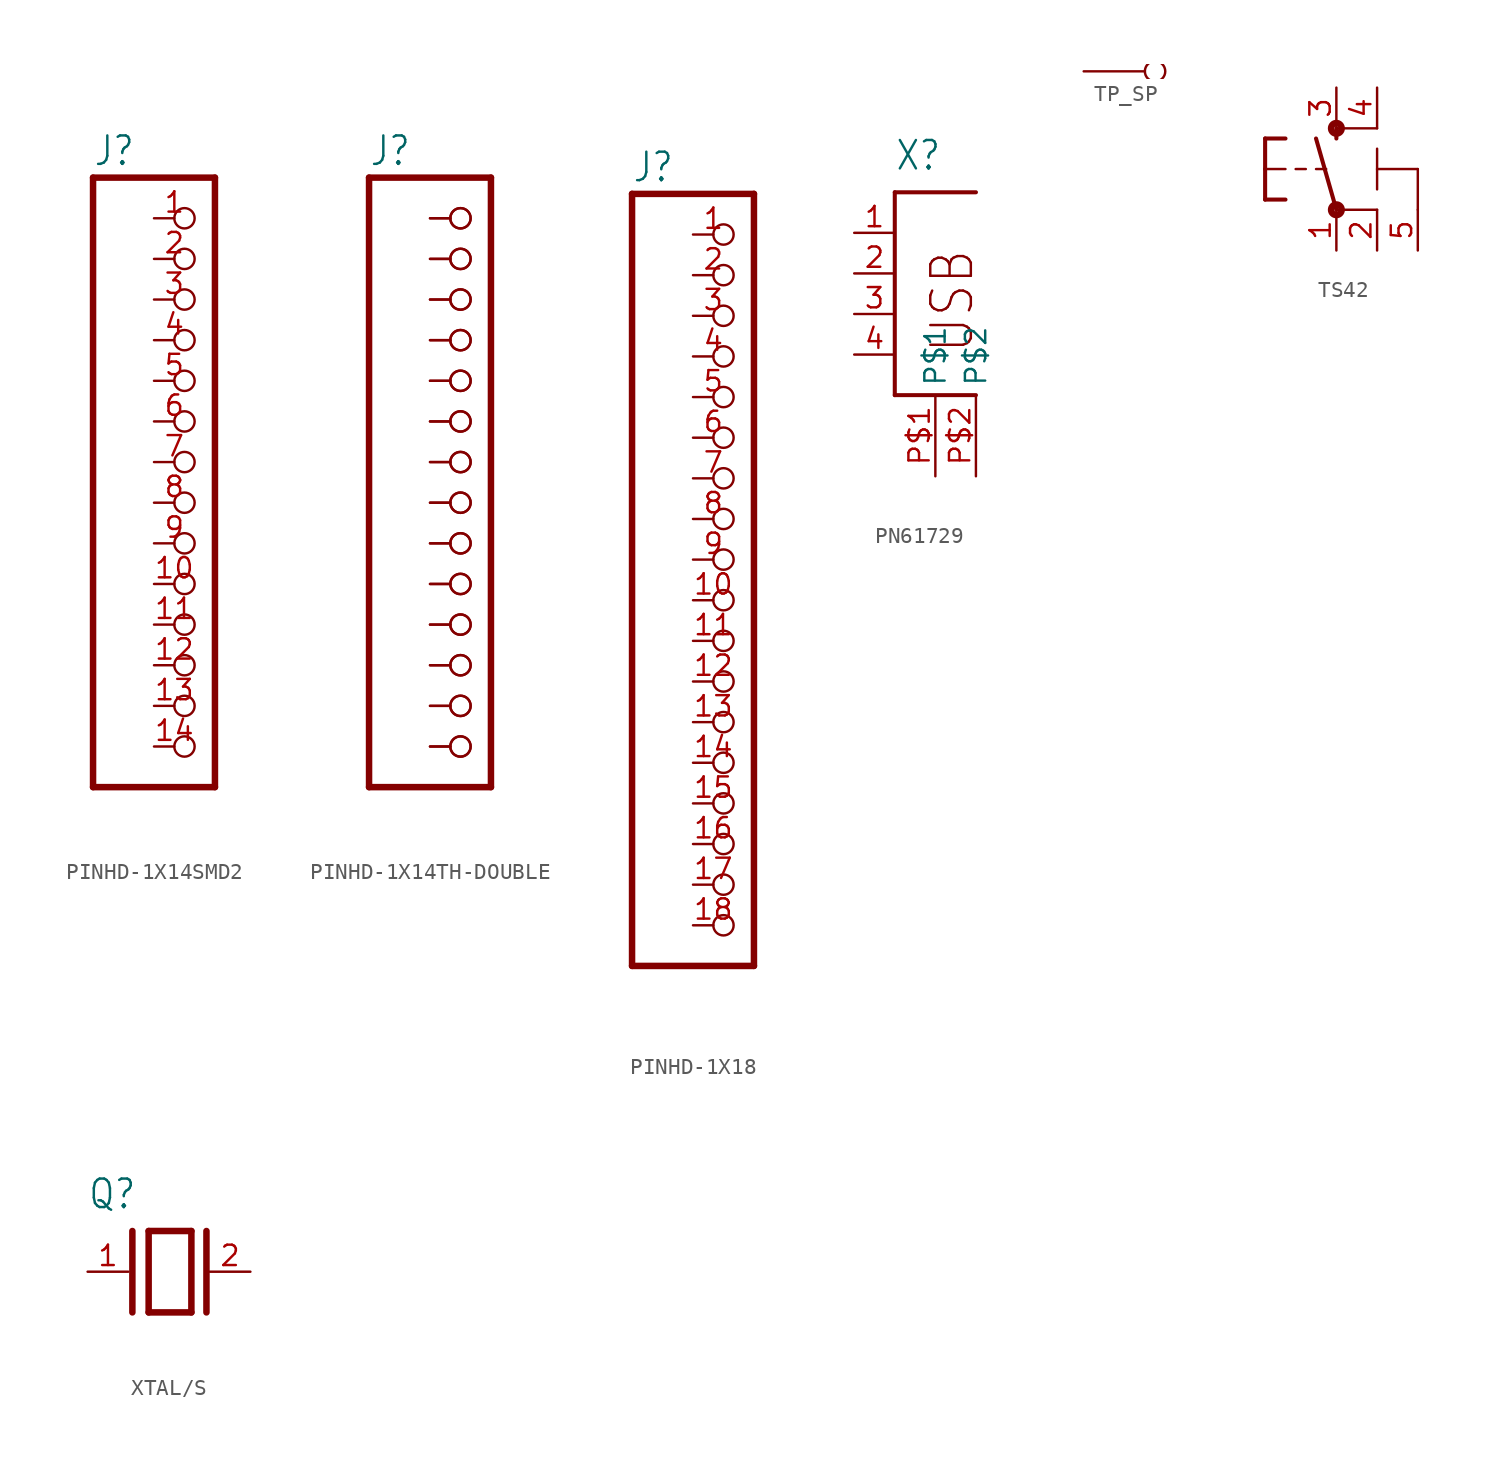
<source format=kicad_sym>
(kicad_symbol_lib
  (version 20220914)
  (generator kicad_symbol_editor)
  (symbol "PINHD-1X14SMD2"
    (property "Reference" "J"
      (at -6.35 18.415 0)
      (effects (font (size 1.778 1.511)) (justify left bottom)))
    (property "ki_locked" ""
      (at 0 0 0)
      (effects (font (size 1.27 1.27))))
    (symbol "PINHD-1X14SMD2_1_0"
      (polyline (pts (xy -6.35 -20.32) (xy 1.27 -20.32)) (stroke (width 0.406) (type solid)) (fill (type none)))
      (polyline (pts (xy -6.35 17.78) (xy -6.35 -20.32)) (stroke (width 0.406) (type solid)) (fill (type none)))
      (polyline (pts (xy 1.27 -20.32) (xy 1.27 17.78)) (stroke (width 0.406) (type solid)) (fill (type none)))
      (polyline (pts (xy 1.27 17.78) (xy -6.35 17.78)) (stroke (width 0.406) (type solid)) (fill (type none)))
      (pin passive inverted (at -2.54 15.24 0) (length 2.54) (name "1" (effects (font (size 0 0)))) (number "1" (effects (font (size 1.27 1.27)))))
      (pin passive inverted (at -2.54 -7.62 0) (length 2.54) (name "10" (effects (font (size 0 0)))) (number "10" (effects (font (size 1.27 1.27)))))
      (pin passive inverted (at -2.54 -10.16 0) (length 2.54) (name "11" (effects (font (size 0 0)))) (number "11" (effects (font (size 1.27 1.27)))))
      (pin passive inverted (at -2.54 -12.7 0) (length 2.54) (name "12" (effects (font (size 0 0)))) (number "12" (effects (font (size 1.27 1.27)))))
      (pin passive inverted (at -2.54 -15.24 0) (length 2.54) (name "13" (effects (font (size 0 0)))) (number "13" (effects (font (size 1.27 1.27)))))
      (pin passive inverted (at -2.54 -17.78 0) (length 2.54) (name "14" (effects (font (size 0 0)))) (number "14" (effects (font (size 1.27 1.27)))))
      (pin passive inverted (at -2.54 12.7 0) (length 2.54) (name "2" (effects (font (size 0 0)))) (number "2" (effects (font (size 1.27 1.27)))))
      (pin passive inverted (at -2.54 10.16 0) (length 2.54) (name "3" (effects (font (size 0 0)))) (number "3" (effects (font (size 1.27 1.27)))))
      (pin passive inverted (at -2.54 7.62 0) (length 2.54) (name "4" (effects (font (size 0 0)))) (number "4" (effects (font (size 1.27 1.27)))))
      (pin passive inverted (at -2.54 5.08 0) (length 2.54) (name "5" (effects (font (size 0 0)))) (number "5" (effects (font (size 1.27 1.27)))))
      (pin passive inverted (at -2.54 2.54 0) (length 2.54) (name "6" (effects (font (size 0 0)))) (number "6" (effects (font (size 1.27 1.27)))))
      (pin passive inverted (at -2.54 0 0) (length 2.54) (name "7" (effects (font (size 0 0)))) (number "7" (effects (font (size 1.27 1.27)))))
      (pin passive inverted (at -2.54 -2.54 0) (length 2.54) (name "8" (effects (font (size 0 0)))) (number "8" (effects (font (size 1.27 1.27)))))
      (pin passive inverted (at -2.54 -5.08 0) (length 2.54) (name "9" (effects (font (size 0 0)))) (number "9" (effects (font (size 1.27 1.27)))))))
  (symbol "PINHD-1X14TH-DOUBLE"
    (property "Reference" "J"
      (at -6.35 18.415 0)
      (effects (font (size 1.778 1.511)) (justify left bottom)))
    (property "ki_locked" ""
      (at 0 0 0)
      (effects (font (size 1.27 1.27))))
    (symbol "PINHD-1X14TH-DOUBLE_1_0"
      (polyline (pts (xy -6.35 -20.32) (xy 1.27 -20.32)) (stroke (width 0.406) (type solid)) (fill (type none)))
      (polyline (pts (xy -6.35 17.78) (xy -6.35 -20.32)) (stroke (width 0.406) (type solid)) (fill (type none)))
      (polyline (pts (xy 1.27 -20.32) (xy 1.27 17.78)) (stroke (width 0.406) (type solid)) (fill (type none)))
      (polyline (pts (xy 1.27 17.78) (xy -6.35 17.78)) (stroke (width 0.406) (type solid)) (fill (type none)))
      (pin passive inverted (at -2.54 15.24 0) (length 2.54) (name "1" (effects (font (size 0 0)))) (number "1" (effects (font (size 0 0)))))
      (pin passive inverted (at -2.54 -7.62 0) (length 2.54) (name "10" (effects (font (size 0 0)))) (number "10" (effects (font (size 0 0)))))
      (pin passive inverted (at -2.54 -10.16 0) (length 2.54) (name "11" (effects (font (size 0 0)))) (number "11" (effects (font (size 0 0)))))
      (pin passive inverted (at -2.54 -12.7 0) (length 2.54) (name "12" (effects (font (size 0 0)))) (number "12" (effects (font (size 0 0)))))
      (pin passive inverted (at -2.54 -15.24 0) (length 2.54) (name "13" (effects (font (size 0 0)))) (number "13" (effects (font (size 0 0)))))
      (pin passive inverted (at -2.54 -17.78 0) (length 2.54) (name "14" (effects (font (size 0 0)))) (number "14" (effects (font (size 0 0)))))
      (pin passive inverted (at -2.54 15.24 0) (length 2.54) (name "1" (effects (font (size 0 0)))) (number "15" (effects (font (size 0 0)))))
      (pin passive inverted (at -2.54 12.7 0) (length 2.54) (name "2" (effects (font (size 0 0)))) (number "16" (effects (font (size 0 0)))))
      (pin passive inverted (at -2.54 10.16 0) (length 2.54) (name "3" (effects (font (size 0 0)))) (number "17" (effects (font (size 0 0)))))
      (pin passive inverted (at -2.54 7.62 0) (length 2.54) (name "4" (effects (font (size 0 0)))) (number "18" (effects (font (size 0 0)))))
      (pin passive inverted (at -2.54 5.08 0) (length 2.54) (name "5" (effects (font (size 0 0)))) (number "19" (effects (font (size 0 0)))))
      (pin passive inverted (at -2.54 12.7 0) (length 2.54) (name "2" (effects (font (size 0 0)))) (number "2" (effects (font (size 0 0)))))
      (pin passive inverted (at -2.54 2.54 0) (length 2.54) (name "6" (effects (font (size 0 0)))) (number "20" (effects (font (size 0 0)))))
      (pin passive inverted (at -2.54 0 0) (length 2.54) (name "7" (effects (font (size 0 0)))) (number "21" (effects (font (size 0 0)))))
      (pin passive inverted (at -2.54 -2.54 0) (length 2.54) (name "8" (effects (font (size 0 0)))) (number "22" (effects (font (size 0 0)))))
      (pin passive inverted (at -2.54 -5.08 0) (length 2.54) (name "9" (effects (font (size 0 0)))) (number "23" (effects (font (size 0 0)))))
      (pin passive inverted (at -2.54 -7.62 0) (length 2.54) (name "10" (effects (font (size 0 0)))) (number "24" (effects (font (size 0 0)))))
      (pin passive inverted (at -2.54 -10.16 0) (length 2.54) (name "11" (effects (font (size 0 0)))) (number "25" (effects (font (size 0 0)))))
      (pin passive inverted (at -2.54 -12.7 0) (length 2.54) (name "12" (effects (font (size 0 0)))) (number "26" (effects (font (size 0 0)))))
      (pin passive inverted (at -2.54 -15.24 0) (length 2.54) (name "13" (effects (font (size 0 0)))) (number "27" (effects (font (size 0 0)))))
      (pin passive inverted (at -2.54 -17.78 0) (length 2.54) (name "14" (effects (font (size 0 0)))) (number "28" (effects (font (size 0 0)))))
      (pin passive inverted (at -2.54 10.16 0) (length 2.54) (name "3" (effects (font (size 0 0)))) (number "3" (effects (font (size 0 0)))))
      (pin passive inverted (at -2.54 7.62 0) (length 2.54) (name "4" (effects (font (size 0 0)))) (number "4" (effects (font (size 0 0)))))
      (pin passive inverted (at -2.54 5.08 0) (length 2.54) (name "5" (effects (font (size 0 0)))) (number "5" (effects (font (size 0 0)))))
      (pin passive inverted (at -2.54 2.54 0) (length 2.54) (name "6" (effects (font (size 0 0)))) (number "6" (effects (font (size 0 0)))))
      (pin passive inverted (at -2.54 0 0) (length 2.54) (name "7" (effects (font (size 0 0)))) (number "7" (effects (font (size 0 0)))))
      (pin passive inverted (at -2.54 -2.54 0) (length 2.54) (name "8" (effects (font (size 0 0)))) (number "8" (effects (font (size 0 0)))))
      (pin passive inverted (at -2.54 -5.08 0) (length 2.54) (name "9" (effects (font (size 0 0)))) (number "9" (effects (font (size 0 0)))))))
  (symbol "PINHD-1X18"
    (property "Reference" "J"
      (at -6.35 18.415 0)
      (effects (font (size 1.778 1.511)) (justify left bottom)))
    (property "ki_locked" ""
      (at 0 0 0)
      (effects (font (size 1.27 1.27))))
    (symbol "PINHD-1X18_1_0"
      (polyline (pts (xy -6.35 -30.48) (xy 1.27 -30.48)) (stroke (width 0.406) (type solid)) (fill (type none)))
      (polyline (pts (xy -6.35 17.78) (xy -6.35 -30.48)) (stroke (width 0.406) (type solid)) (fill (type none)))
      (polyline (pts (xy 1.27 -30.48) (xy 1.27 17.78)) (stroke (width 0.406) (type solid)) (fill (type none)))
      (polyline (pts (xy 1.27 17.78) (xy -6.35 17.78)) (stroke (width 0.406) (type solid)) (fill (type none)))
      (pin passive inverted (at -2.54 15.24 0) (length 2.54) (name "1" (effects (font (size 0 0)))) (number "1" (effects (font (size 1.27 1.27)))))
      (pin passive inverted (at -2.54 -7.62 0) (length 2.54) (name "10" (effects (font (size 0 0)))) (number "10" (effects (font (size 1.27 1.27)))))
      (pin passive inverted (at -2.54 -10.16 0) (length 2.54) (name "11" (effects (font (size 0 0)))) (number "11" (effects (font (size 1.27 1.27)))))
      (pin passive inverted (at -2.54 -12.7 0) (length 2.54) (name "12" (effects (font (size 0 0)))) (number "12" (effects (font (size 1.27 1.27)))))
      (pin passive inverted (at -2.54 -15.24 0) (length 2.54) (name "13" (effects (font (size 0 0)))) (number "13" (effects (font (size 1.27 1.27)))))
      (pin passive inverted (at -2.54 -17.78 0) (length 2.54) (name "14" (effects (font (size 0 0)))) (number "14" (effects (font (size 1.27 1.27)))))
      (pin passive inverted (at -2.54 -20.32 0) (length 2.54) (name "15" (effects (font (size 0 0)))) (number "15" (effects (font (size 1.27 1.27)))))
      (pin passive inverted (at -2.54 -22.86 0) (length 2.54) (name "16" (effects (font (size 0 0)))) (number "16" (effects (font (size 1.27 1.27)))))
      (pin passive inverted (at -2.54 -25.4 0) (length 2.54) (name "17" (effects (font (size 0 0)))) (number "17" (effects (font (size 1.27 1.27)))))
      (pin passive inverted (at -2.54 -27.94 0) (length 2.54) (name "18" (effects (font (size 0 0)))) (number "18" (effects (font (size 1.27 1.27)))))
      (pin passive inverted (at -2.54 12.7 0) (length 2.54) (name "2" (effects (font (size 0 0)))) (number "2" (effects (font (size 1.27 1.27)))))
      (pin passive inverted (at -2.54 10.16 0) (length 2.54) (name "3" (effects (font (size 0 0)))) (number "3" (effects (font (size 1.27 1.27)))))
      (pin passive inverted (at -2.54 7.62 0) (length 2.54) (name "4" (effects (font (size 0 0)))) (number "4" (effects (font (size 1.27 1.27)))))
      (pin passive inverted (at -2.54 5.08 0) (length 2.54) (name "5" (effects (font (size 0 0)))) (number "5" (effects (font (size 1.27 1.27)))))
      (pin passive inverted (at -2.54 2.54 0) (length 2.54) (name "6" (effects (font (size 0 0)))) (number "6" (effects (font (size 1.27 1.27)))))
      (pin passive inverted (at -2.54 0 0) (length 2.54) (name "7" (effects (font (size 0 0)))) (number "7" (effects (font (size 1.27 1.27)))))
      (pin passive inverted (at -2.54 -2.54 0) (length 2.54) (name "8" (effects (font (size 0 0)))) (number "8" (effects (font (size 1.27 1.27)))))
      (pin passive inverted (at -2.54 -5.08 0) (length 2.54) (name "9" (effects (font (size 0 0)))) (number "9" (effects (font (size 1.27 1.27)))))))
  (symbol "PN61729"
    (property "Reference" "X"
      (at 0 8.89 0)
      (effects (font (size 1.778 1.511)) (justify left bottom)))
    (property "Value" ""
      (at 0 12.7 0)
      (effects (font (size 1.778 1.511)) (justify left bottom)))
    (property "ki_locked" ""
      (at 0 0 0)
      (effects (font (size 1.27 1.27))))
    (symbol "PN61729_1_0"
      (polyline (pts (xy 0 -5.08) (xy 5.08 -5.08)) (stroke (width 0.254) (type solid)) (fill (type none)))
      (polyline (pts (xy 0 7.62) (xy 0 -5.08)) (stroke (width 0.254) (type solid)) (fill (type none)))
      (polyline (pts (xy 0 7.62) (xy 5.08 7.62)) (stroke (width 0.254) (type solid)) (fill (type none)))
      (text "USB" (at 5.08 -2.54 900) (effects (font (size 2.54 2.159)) (justify left bottom)))
      (pin bidirectional line (at -2.54 5.08 0) (length 2.54) (name "1" (effects (font (size 0 0)))) (number "1" (effects (font (size 1.27 1.27)))))
      (pin bidirectional line (at -2.54 2.54 0) (length 2.54) (name "2" (effects (font (size 0 0)))) (number "2" (effects (font (size 1.27 1.27)))))
      (pin bidirectional line (at -2.54 0 0) (length 2.54) (name "3" (effects (font (size 0 0)))) (number "3" (effects (font (size 1.27 1.27)))))
      (pin bidirectional line (at -2.54 -2.54 0) (length 2.54) (name "4" (effects (font (size 0 0)))) (number "4" (effects (font (size 1.27 1.27)))))
      (pin bidirectional line (at 2.54 -10.16 90) (length 5.08) (name "P$1" (effects (font (size 1.27 1.27)))) (number "P$1" (effects (font (size 1.27 1.27)))))
      (pin bidirectional line (at 5.08 -10.16 90) (length 5.08) (name "P$2" (effects (font (size 1.27 1.27)))) (number "P$2" (effects (font (size 1.27 1.27)))))))
  (symbol "TP_SP"
    (property "Reference" ""
      (at 5.08 2.54 90)
      (effects (font (size 1.27 1.079)) (justify right top) hide))
    (property "ki_locked" ""
      (at 0 0 0)
      (effects (font (size 1.27 1.27))))
    (symbol "TP_SP_1_0"
      (pin passive inverted (at 0 0 0) (length 5.08) (name "TESTP" (effects (font (size 0 0)))) (number "X" (effects (font (size 0 0)))))))
  (symbol "TS42"
    (property "Reference" ""
      (at -6.35 -2.54 90)
      (effects (font (size 1.778 1.511)) (justify left bottom) hide))
    (property "Value" ""
      (at -3.81 3.175 90)
      (effects (font (size 1.778 1.511)) (justify left bottom)))
    (property "ki_locked" ""
      (at 0 0 0)
      (effects (font (size 1.27 1.27))))
    (symbol "TS42_1_0"
      (circle (center 0 -2.54) (radius 0.127) (stroke (width 0.406) (type solid)) (fill (type none)))
      (polyline (pts (xy -4.445 -1.905) (xy -3.175 -1.905)) (stroke (width 0.254) (type solid)) (fill (type none)))
      (polyline (pts (xy -4.445 0) (xy -4.445 -1.905)) (stroke (width 0.254) (type solid)) (fill (type none)))
      (polyline (pts (xy -4.445 0) (xy -3.175 0)) (stroke (width 0.152) (type solid)) (fill (type none)))
      (polyline (pts (xy -4.445 1.905) (xy -4.445 0)) (stroke (width 0.254) (type solid)) (fill (type none)))
      (polyline (pts (xy -4.445 1.905) (xy -3.175 1.905)) (stroke (width 0.254) (type solid)) (fill (type none)))
      (polyline (pts (xy -2.54 0) (xy -1.905 0)) (stroke (width 0.152) (type solid)) (fill (type none)))
      (polyline (pts (xy -1.27 0) (xy -0.635 0)) (stroke (width 0.152) (type solid)) (fill (type none)))
      (polyline (pts (xy 0 -2.54) (xy -1.27 1.905)) (stroke (width 0.254) (type solid)) (fill (type none)))
      (polyline (pts (xy 0 1.905) (xy 0 2.54)) (stroke (width 0.254) (type solid)) (fill (type none)))
      (polyline (pts (xy 2.54 -2.54) (xy 0 -2.54)) (stroke (width 0.152) (type solid)) (fill (type none)))
      (polyline (pts (xy 2.54 0) (xy 2.54 -1.27)) (stroke (width 0.152) (type solid)) (fill (type none)))
      (polyline (pts (xy 2.54 0) (xy 2.54 1.27)) (stroke (width 0.152) (type solid)) (fill (type none)))
      (polyline (pts (xy 2.54 2.54) (xy 0 2.54)) (stroke (width 0.152) (type solid)) (fill (type none)))
      (polyline (pts (xy 5.08 -2.54) (xy 5.08 0)) (stroke (width 0.152) (type solid)) (fill (type none)))
      (polyline (pts (xy 5.08 0) (xy 2.54 0)) (stroke (width 0.152) (type solid)) (fill (type none)))
      (circle (center 0 2.54) (radius 0.127) (stroke (width 0.406) (type solid)) (fill (type none)))
      (pin passive line (at 0 -5.08 90) (length 2.54) (name "1" (effects (font (size 0 0)))) (number "1" (effects (font (size 1.27 1.27)))))
      (pin passive line (at 2.54 -5.08 90) (length 2.54) (name "2" (effects (font (size 0 0)))) (number "2" (effects (font (size 1.27 1.27)))))
      (pin passive line (at 0 5.08 270) (length 2.54) (name "3" (effects (font (size 0 0)))) (number "3" (effects (font (size 1.27 1.27)))))
      (pin passive line (at 2.54 5.08 270) (length 2.54) (name "4" (effects (font (size 0 0)))) (number "4" (effects (font (size 1.27 1.27)))))
      (pin power_in line (at 5.08 -5.08 90) (length 2.54) (name "5-GND" (effects (font (size 0 0)))) (number "5" (effects (font (size 1.27 1.27)))))))
  (symbol "XTAL/S"
    (property "Reference" "Q"
      (at -5.08 3.81 0)
      (effects (font (size 1.778 1.511)) (justify left bottom)))
    (property "Value" ""
      (at -5.08 -5.08 0)
      (effects (font (size 1.778 1.511)) (justify left bottom)))
    (property "ki_locked" ""
      (at 0 0 0)
      (effects (font (size 1.27 1.27))))
    (symbol "XTAL/S_1_0"
      (polyline (pts (xy -2.286 2.54) (xy -2.286 -2.54)) (stroke (width 0.406) (type solid)) (fill (type none)))
      (polyline (pts (xy -1.27 2.54) (xy -1.27 -2.54)) (stroke (width 0.406) (type solid)) (fill (type none)))
      (polyline (pts (xy -1.27 2.54) (xy 1.397 2.54)) (stroke (width 0.406) (type solid)) (fill (type none)))
      (polyline (pts (xy 1.397 -2.54) (xy -1.27 -2.54)) (stroke (width 0.406) (type solid)) (fill (type none)))
      (polyline (pts (xy 1.397 2.54) (xy 1.397 -2.54)) (stroke (width 0.406) (type solid)) (fill (type none)))
      (polyline (pts (xy 2.337 2.54) (xy 2.337 -2.54)) (stroke (width 0.406) (type solid)) (fill (type none)))
      (pin passive line (at -5.08 0 0) (length 2.54) (name "1" (effects (font (size 0 0)))) (number "1" (effects (font (size 1.27 1.27)))))
      (pin passive line (at 5.08 0 180) (length 2.54) (name "2" (effects (font (size 0 0)))) (number "2" (effects (font (size 1.27 1.27))))))))
</source>
